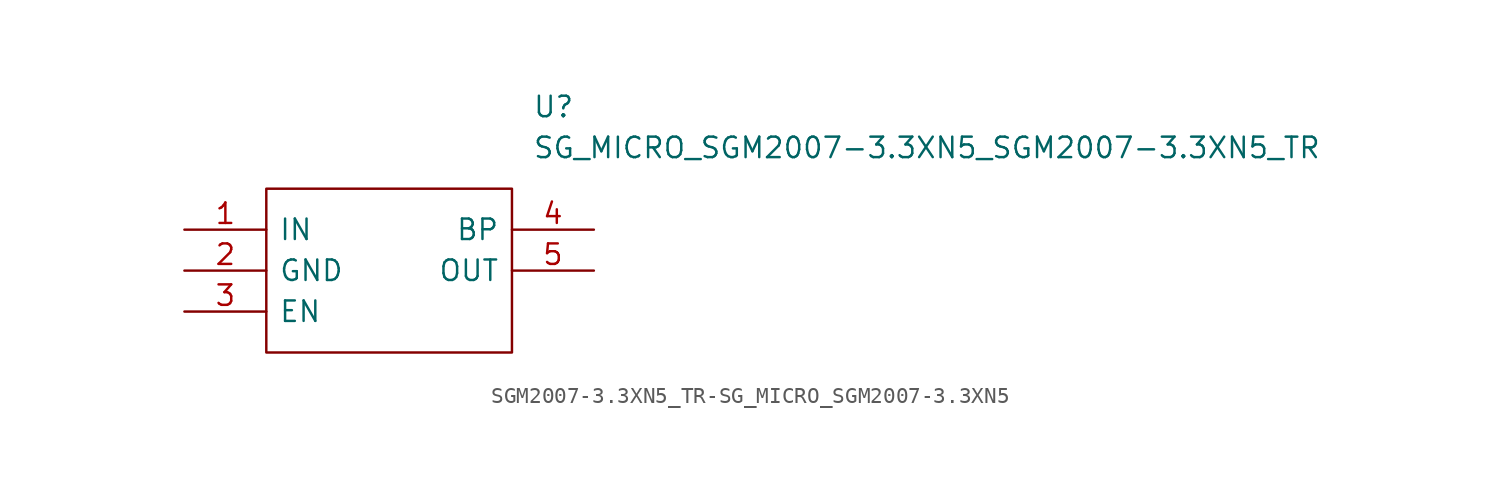
<source format=kicad_sym>
(kicad_symbol_lib
  (version 20231120)
  (generator "kicad_symbol_editor")
  (generator_version "8.0")
  (symbol "SGM2007-3.3XN5_TR-SG_MICRO_SGM2007-3.3XN5"
    (pin_names
      (offset 0.762))
    (property "Reference" "U"
      (at 21.59 7.62 0)
      (effects (font (size 1.27 1.27)) (justify left)))
    (property "Value" "SG_MICRO_SGM2007-3.3XN5_SGM2007-3.3XN5_TR"
      (at 21.59 5.08 0)
      (effects (font (size 1.27 1.27)) (justify left)))
    (symbol "SGM2007-3.3XN5_TR-SG_MICRO_SGM2007-3.3XN5_0_0"
      (pin passive line (at 0 0 0) (length 5.08) (name "IN" (effects (font (size 1.27 1.27)))) (number "1" (effects (font (size 1.27 1.27)))))
      (pin passive line (at 0 -2.54 0) (length 5.08) (name "GND" (effects (font (size 1.27 1.27)))) (number "2" (effects (font (size 1.27 1.27)))))
      (pin passive line (at 0 -5.08 0) (length 5.08) (name "EN" (effects (font (size 1.27 1.27)))) (number "3" (effects (font (size 1.27 1.27)))))
      (pin passive line (at 25.4 0 180) (length 5.08) (name "BP" (effects (font (size 1.27 1.27)))) (number "4" (effects (font (size 1.27 1.27)))))
      (pin passive line (at 25.4 -2.54 180) (length 5.08) (name "OUT" (effects (font (size 1.27 1.27)))) (number "5" (effects (font (size 1.27 1.27))))))
    (symbol "SGM2007-3.3XN5_TR-SG_MICRO_SGM2007-3.3XN5_0_1"
      (polyline (pts (xy 5.08 2.54) (xy 20.32 2.54) (xy 20.32 -7.62) (xy 5.08 -7.62) (xy 5.08 2.54)) (stroke (width 0.152) (type solid)) (fill (type none))))))
</source>
